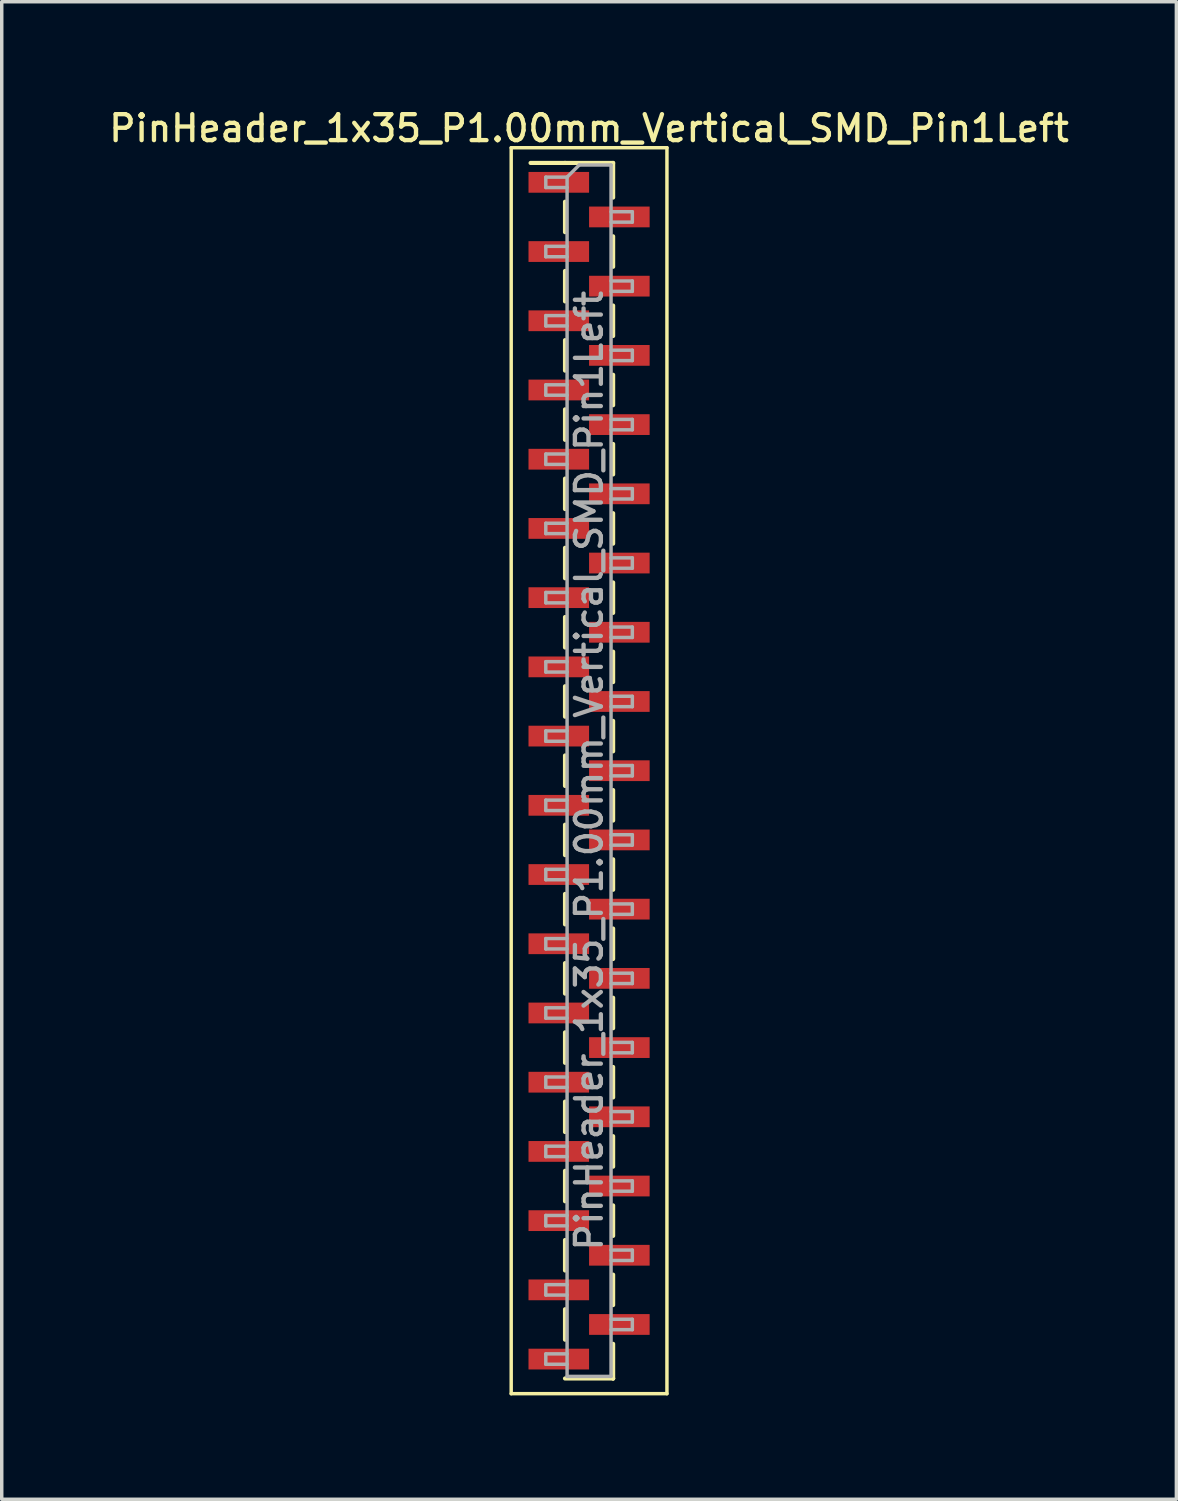
<source format=kicad_pcb>
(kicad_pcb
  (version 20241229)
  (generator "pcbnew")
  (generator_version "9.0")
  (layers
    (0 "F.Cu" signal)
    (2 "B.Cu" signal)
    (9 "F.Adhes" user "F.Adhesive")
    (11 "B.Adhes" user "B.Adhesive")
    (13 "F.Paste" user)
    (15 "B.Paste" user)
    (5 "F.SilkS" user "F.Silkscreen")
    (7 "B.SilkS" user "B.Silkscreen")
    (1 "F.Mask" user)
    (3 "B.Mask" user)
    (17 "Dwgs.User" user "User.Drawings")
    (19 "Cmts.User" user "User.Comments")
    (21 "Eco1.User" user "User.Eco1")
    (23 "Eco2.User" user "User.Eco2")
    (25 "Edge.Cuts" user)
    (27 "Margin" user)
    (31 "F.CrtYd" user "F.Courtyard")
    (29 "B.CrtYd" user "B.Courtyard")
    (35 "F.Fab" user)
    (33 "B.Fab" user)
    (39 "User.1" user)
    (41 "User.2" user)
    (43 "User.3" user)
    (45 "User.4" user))
  (footprint "PinHeader_1x35_P1.00mm_Vertical_SMD_Pin1Left"
    (layer "F.Cu")
    (at 13.97 19.218)
    (property "Reference" "PinHeader_1x35_P1.00mm_Vertical_SMD_Pin1Left" (at 0 -18.56 0) (layer "F.SilkS") (effects (font (size 0.75 0.75) (thickness 0.125))))
    (attr smd)
    (fp_line (start -2.25 -18) (end -2.25 18) (stroke (width 0.1) (type solid)) (layer "F.SilkS"))
    (fp_line (start -2.25 18) (end 2.25 18) (stroke (width 0.1) (type solid)) (layer "F.SilkS"))
    (fp_line (start -0.695 -17.56) (end -1.69 -17.56) (stroke (width 0.12) (type solid)) (layer "F.SilkS"))
    (fp_line (start -0.695 -17.56) (end -0.695 -17.56) (stroke (width 0.12) (type solid)) (layer "F.SilkS"))
    (fp_line (start -0.695 -17.56) (end 0.695 -17.56) (stroke (width 0.12) (type solid)) (layer "F.SilkS"))
    (fp_line (start -0.695 -16.44) (end -0.695 -15.56) (stroke (width 0.12) (type solid)) (layer "F.SilkS"))
    (fp_line (start -0.695 -14.44) (end -0.695 -13.56) (stroke (width 0.12) (type solid)) (layer "F.SilkS"))
    (fp_line (start -0.695 -12.44) (end -0.695 -11.56) (stroke (width 0.12) (type solid)) (layer "F.SilkS"))
    (fp_line (start -0.695 -10.44) (end -0.695 -9.56) (stroke (width 0.12) (type solid)) (layer "F.SilkS"))
    (fp_line (start -0.695 -8.44) (end -0.695 -7.56) (stroke (width 0.12) (type solid)) (layer "F.SilkS"))
    (fp_line (start -0.695 -6.44) (end -0.695 -5.56) (stroke (width 0.12) (type solid)) (layer "F.SilkS"))
    (fp_line (start -0.695 -4.44) (end -0.695 -3.56) (stroke (width 0.12) (type solid)) (layer "F.SilkS"))
    (fp_line (start -0.695 -2.44) (end -0.695 -1.56) (stroke (width 0.12) (type solid)) (layer "F.SilkS"))
    (fp_line (start -0.695 -0.44) (end -0.695 0.44) (stroke (width 0.12) (type solid)) (layer "F.SilkS"))
    (fp_line (start -0.695 1.56) (end -0.695 2.44) (stroke (width 0.12) (type solid)) (layer "F.SilkS"))
    (fp_line (start -0.695 3.56) (end -0.695 4.44) (stroke (width 0.12) (type solid)) (layer "F.SilkS"))
    (fp_line (start -0.695 5.56) (end -0.695 6.44) (stroke (width 0.12) (type solid)) (layer "F.SilkS"))
    (fp_line (start -0.695 7.56) (end -0.695 8.44) (stroke (width 0.12) (type solid)) (layer "F.SilkS"))
    (fp_line (start -0.695 9.56) (end -0.695 10.44) (stroke (width 0.12) (type solid)) (layer "F.SilkS"))
    (fp_line (start -0.695 11.56) (end -0.695 12.44) (stroke (width 0.12) (type solid)) (layer "F.SilkS"))
    (fp_line (start -0.695 13.56) (end -0.695 14.44) (stroke (width 0.12) (type solid)) (layer "F.SilkS"))
    (fp_line (start -0.695 15.56) (end -0.695 16.44) (stroke (width 0.12) (type solid)) (layer "F.SilkS"))
    (fp_line (start -0.695 17.56) (end 0.695 17.56) (stroke (width 0.12) (type solid)) (layer "F.SilkS"))
    (fp_line (start 0.695 -17.56) (end 0.695 -16.56) (stroke (width 0.12) (type solid)) (layer "F.SilkS"))
    (fp_line (start 0.695 -15.44) (end 0.695 -14.56) (stroke (width 0.12) (type solid)) (layer "F.SilkS"))
    (fp_line (start 0.695 -13.44) (end 0.695 -12.56) (stroke (width 0.12) (type solid)) (layer "F.SilkS"))
    (fp_line (start 0.695 -11.44) (end 0.695 -10.56) (stroke (width 0.12) (type solid)) (layer "F.SilkS"))
    (fp_line (start 0.695 -9.44) (end 0.695 -8.56) (stroke (width 0.12) (type solid)) (layer "F.SilkS"))
    (fp_line (start 0.695 -7.44) (end 0.695 -6.56) (stroke (width 0.12) (type solid)) (layer "F.SilkS"))
    (fp_line (start 0.695 -5.44) (end 0.695 -4.56) (stroke (width 0.12) (type solid)) (layer "F.SilkS"))
    (fp_line (start 0.695 -3.44) (end 0.695 -2.56) (stroke (width 0.12) (type solid)) (layer "F.SilkS"))
    (fp_line (start 0.695 -1.44) (end 0.695 -0.56) (stroke (width 0.12) (type solid)) (layer "F.SilkS"))
    (fp_line (start 0.695 0.56) (end 0.695 1.44) (stroke (width 0.12) (type solid)) (layer "F.SilkS"))
    (fp_line (start 0.695 2.56) (end 0.695 3.44) (stroke (width 0.12) (type solid)) (layer "F.SilkS"))
    (fp_line (start 0.695 4.56) (end 0.695 5.44) (stroke (width 0.12) (type solid)) (layer "F.SilkS"))
    (fp_line (start 0.695 6.56) (end 0.695 7.44) (stroke (width 0.12) (type solid)) (layer "F.SilkS"))
    (fp_line (start 0.695 8.56) (end 0.695 9.44) (stroke (width 0.12) (type solid)) (layer "F.SilkS"))
    (fp_line (start 0.695 10.56) (end 0.695 11.44) (stroke (width 0.12) (type solid)) (layer "F.SilkS"))
    (fp_line (start 0.695 12.56) (end 0.695 13.44) (stroke (width 0.12) (type solid)) (layer "F.SilkS"))
    (fp_line (start 0.695 14.56) (end 0.695 15.44) (stroke (width 0.12) (type solid)) (layer "F.SilkS"))
    (fp_line (start 0.695 16.56) (end 0.695 17.56) (stroke (width 0.12) (type solid)) (layer "F.SilkS"))
    (fp_line (start 0.695 17.56) (end 0.695 17.56) (stroke (width 0.12) (type solid)) (layer "F.SilkS"))
    (fp_line (start 2.25 -18) (end -2.25 -18) (stroke (width 0.1) (type solid)) (layer "F.SilkS"))
    (fp_line (start 2.25 18) (end 2.25 -18) (stroke (width 0.1) (type solid)) (layer "F.SilkS"))
    (fp_line (start -1.25 -17.15) (end -1.25 -16.85) (stroke (width 0.1) (type solid)) (layer "F.Fab"))
    (fp_line (start -1.25 -16.85) (end -0.635 -16.85) (stroke (width 0.1) (type solid)) (layer "F.Fab"))
    (fp_line (start -1.25 -15.15) (end -1.25 -14.85) (stroke (width 0.1) (type solid)) (layer "F.Fab"))
    (fp_line (start -1.25 -14.85) (end -0.635 -14.85) (stroke (width 0.1) (type solid)) (layer "F.Fab"))
    (fp_line (start -1.25 -13.15) (end -1.25 -12.85) (stroke (width 0.1) (type solid)) (layer "F.Fab"))
    (fp_line (start -1.25 -12.85) (end -0.635 -12.85) (stroke (width 0.1) (type solid)) (layer "F.Fab"))
    (fp_line (start -1.25 -11.15) (end -1.25 -10.85) (stroke (width 0.1) (type solid)) (layer "F.Fab"))
    (fp_line (start -1.25 -10.85) (end -0.635 -10.85) (stroke (width 0.1) (type solid)) (layer "F.Fab"))
    (fp_line (start -1.25 -9.15) (end -1.25 -8.85) (stroke (width 0.1) (type solid)) (layer "F.Fab"))
    (fp_line (start -1.25 -8.85) (end -0.635 -8.85) (stroke (width 0.1) (type solid)) (layer "F.Fab"))
    (fp_line (start -1.25 -7.15) (end -1.25 -6.85) (stroke (width 0.1) (type solid)) (layer "F.Fab"))
    (fp_line (start -1.25 -6.85) (end -0.635 -6.85) (stroke (width 0.1) (type solid)) (layer "F.Fab"))
    (fp_line (start -1.25 -5.15) (end -1.25 -4.85) (stroke (width 0.1) (type solid)) (layer "F.Fab"))
    (fp_line (start -1.25 -4.85) (end -0.635 -4.85) (stroke (width 0.1) (type solid)) (layer "F.Fab"))
    (fp_line (start -1.25 -3.15) (end -1.25 -2.85) (stroke (width 0.1) (type solid)) (layer "F.Fab"))
    (fp_line (start -1.25 -2.85) (end -0.635 -2.85) (stroke (width 0.1) (type solid)) (layer "F.Fab"))
    (fp_line (start -1.25 -1.15) (end -1.25 -0.85) (stroke (width 0.1) (type solid)) (layer "F.Fab"))
    (fp_line (start -1.25 -0.85) (end -0.635 -0.85) (stroke (width 0.1) (type solid)) (layer "F.Fab"))
    (fp_line (start -1.25 0.85) (end -1.25 1.15) (stroke (width 0.1) (type solid)) (layer "F.Fab"))
    (fp_line (start -1.25 1.15) (end -0.635 1.15) (stroke (width 0.1) (type solid)) (layer "F.Fab"))
    (fp_line (start -1.25 2.85) (end -1.25 3.15) (stroke (width 0.1) (type solid)) (layer "F.Fab"))
    (fp_line (start -1.25 3.15) (end -0.635 3.15) (stroke (width 0.1) (type solid)) (layer "F.Fab"))
    (fp_line (start -1.25 4.85) (end -1.25 5.15) (stroke (width 0.1) (type solid)) (layer "F.Fab"))
    (fp_line (start -1.25 5.15) (end -0.635 5.15) (stroke (width 0.1) (type solid)) (layer "F.Fab"))
    (fp_line (start -1.25 6.85) (end -1.25 7.15) (stroke (width 0.1) (type solid)) (layer "F.Fab"))
    (fp_line (start -1.25 7.15) (end -0.635 7.15) (stroke (width 0.1) (type solid)) (layer "F.Fab"))
    (fp_line (start -1.25 8.85) (end -1.25 9.15) (stroke (width 0.1) (type solid)) (layer "F.Fab"))
    (fp_line (start -1.25 9.15) (end -0.635 9.15) (stroke (width 0.1) (type solid)) (layer "F.Fab"))
    (fp_line (start -1.25 10.85) (end -1.25 11.15) (stroke (width 0.1) (type solid)) (layer "F.Fab"))
    (fp_line (start -1.25 11.15) (end -0.635 11.15) (stroke (width 0.1) (type solid)) (layer "F.Fab"))
    (fp_line (start -1.25 12.85) (end -1.25 13.15) (stroke (width 0.1) (type solid)) (layer "F.Fab"))
    (fp_line (start -1.25 13.15) (end -0.635 13.15) (stroke (width 0.1) (type solid)) (layer "F.Fab"))
    (fp_line (start -1.25 14.85) (end -1.25 15.15) (stroke (width 0.1) (type solid)) (layer "F.Fab"))
    (fp_line (start -1.25 15.15) (end -0.635 15.15) (stroke (width 0.1) (type solid)) (layer "F.Fab"))
    (fp_line (start -1.25 16.85) (end -1.25 17.15) (stroke (width 0.1) (type solid)) (layer "F.Fab"))
    (fp_line (start -1.25 17.15) (end -0.635 17.15) (stroke (width 0.1) (type solid)) (layer "F.Fab"))
    (fp_line (start -0.635 -17.15) (end -1.25 -17.15) (stroke (width 0.1) (type solid)) (layer "F.Fab"))
    (fp_line (start -0.635 -17.15) (end -0.285 -17.5) (stroke (width 0.1) (type solid)) (layer "F.Fab"))
    (fp_line (start -0.635 -15.15) (end -1.25 -15.15) (stroke (width 0.1) (type solid)) (layer "F.Fab"))
    (fp_line (start -0.635 -13.15) (end -1.25 -13.15) (stroke (width 0.1) (type solid)) (layer "F.Fab"))
    (fp_line (start -0.635 -11.15) (end -1.25 -11.15) (stroke (width 0.1) (type solid)) (layer "F.Fab"))
    (fp_line (start -0.635 -9.15) (end -1.25 -9.15) (stroke (width 0.1) (type solid)) (layer "F.Fab"))
    (fp_line (start -0.635 -7.15) (end -1.25 -7.15) (stroke (width 0.1) (type solid)) (layer "F.Fab"))
    (fp_line (start -0.635 -5.15) (end -1.25 -5.15) (stroke (width 0.1) (type solid)) (layer "F.Fab"))
    (fp_line (start -0.635 -3.15) (end -1.25 -3.15) (stroke (width 0.1) (type solid)) (layer "F.Fab"))
    (fp_line (start -0.635 -1.15) (end -1.25 -1.15) (stroke (width 0.1) (type solid)) (layer "F.Fab"))
    (fp_line (start -0.635 0.85) (end -1.25 0.85) (stroke (width 0.1) (type solid)) (layer "F.Fab"))
    (fp_line (start -0.635 2.85) (end -1.25 2.85) (stroke (width 0.1) (type solid)) (layer "F.Fab"))
    (fp_line (start -0.635 4.85) (end -1.25 4.85) (stroke (width 0.1) (type solid)) (layer "F.Fab"))
    (fp_line (start -0.635 6.85) (end -1.25 6.85) (stroke (width 0.1) (type solid)) (layer "F.Fab"))
    (fp_line (start -0.635 8.85) (end -1.25 8.85) (stroke (width 0.1) (type solid)) (layer "F.Fab"))
    (fp_line (start -0.635 10.85) (end -1.25 10.85) (stroke (width 0.1) (type solid)) (layer "F.Fab"))
    (fp_line (start -0.635 12.85) (end -1.25 12.85) (stroke (width 0.1) (type solid)) (layer "F.Fab"))
    (fp_line (start -0.635 14.85) (end -1.25 14.85) (stroke (width 0.1) (type solid)) (layer "F.Fab"))
    (fp_line (start -0.635 16.85) (end -1.25 16.85) (stroke (width 0.1) (type solid)) (layer "F.Fab"))
    (fp_line (start -0.635 17.5) (end -0.635 -17.15) (stroke (width 0.1) (type solid)) (layer "F.Fab"))
    (fp_line (start -0.285 -17.5) (end 0.635 -17.5) (stroke (width 0.1) (type solid)) (layer "F.Fab"))
    (fp_line (start 0.635 -17.5) (end 0.635 17.5) (stroke (width 0.1) (type solid)) (layer "F.Fab"))
    (fp_line (start 0.635 -16.15) (end 1.25 -16.15) (stroke (width 0.1) (type solid)) (layer "F.Fab"))
    (fp_line (start 0.635 -14.15) (end 1.25 -14.15) (stroke (width 0.1) (type solid)) (layer "F.Fab"))
    (fp_line (start 0.635 -12.15) (end 1.25 -12.15) (stroke (width 0.1) (type solid)) (layer "F.Fab"))
    (fp_line (start 0.635 -10.15) (end 1.25 -10.15) (stroke (width 0.1) (type solid)) (layer "F.Fab"))
    (fp_line (start 0.635 -8.15) (end 1.25 -8.15) (stroke (width 0.1) (type solid)) (layer "F.Fab"))
    (fp_line (start 0.635 -6.15) (end 1.25 -6.15) (stroke (width 0.1) (type solid)) (layer "F.Fab"))
    (fp_line (start 0.635 -4.15) (end 1.25 -4.15) (stroke (width 0.1) (type solid)) (layer "F.Fab"))
    (fp_line (start 0.635 -2.15) (end 1.25 -2.15) (stroke (width 0.1) (type solid)) (layer "F.Fab"))
    (fp_line (start 0.635 -0.15) (end 1.25 -0.15) (stroke (width 0.1) (type solid)) (layer "F.Fab"))
    (fp_line (start 0.635 1.85) (end 1.25 1.85) (stroke (width 0.1) (type solid)) (layer "F.Fab"))
    (fp_line (start 0.635 3.85) (end 1.25 3.85) (stroke (width 0.1) (type solid)) (layer "F.Fab"))
    (fp_line (start 0.635 5.85) (end 1.25 5.85) (stroke (width 0.1) (type solid)) (layer "F.Fab"))
    (fp_line (start 0.635 7.85) (end 1.25 7.85) (stroke (width 0.1) (type solid)) (layer "F.Fab"))
    (fp_line (start 0.635 9.85) (end 1.25 9.85) (stroke (width 0.1) (type solid)) (layer "F.Fab"))
    (fp_line (start 0.635 11.85) (end 1.25 11.85) (stroke (width 0.1) (type solid)) (layer "F.Fab"))
    (fp_line (start 0.635 13.85) (end 1.25 13.85) (stroke (width 0.1) (type solid)) (layer "F.Fab"))
    (fp_line (start 0.635 15.85) (end 1.25 15.85) (stroke (width 0.1) (type solid)) (layer "F.Fab"))
    (fp_line (start 0.635 17.5) (end -0.635 17.5) (stroke (width 0.1) (type solid)) (layer "F.Fab"))
    (fp_line (start 1.25 -16.15) (end 1.25 -15.85) (stroke (width 0.1) (type solid)) (layer "F.Fab"))
    (fp_line (start 1.25 -15.85) (end 0.635 -15.85) (stroke (width 0.1) (type solid)) (layer "F.Fab"))
    (fp_line (start 1.25 -14.15) (end 1.25 -13.85) (stroke (width 0.1) (type solid)) (layer "F.Fab"))
    (fp_line (start 1.25 -13.85) (end 0.635 -13.85) (stroke (width 0.1) (type solid)) (layer "F.Fab"))
    (fp_line (start 1.25 -12.15) (end 1.25 -11.85) (stroke (width 0.1) (type solid)) (layer "F.Fab"))
    (fp_line (start 1.25 -11.85) (end 0.635 -11.85) (stroke (width 0.1) (type solid)) (layer "F.Fab"))
    (fp_line (start 1.25 -10.15) (end 1.25 -9.85) (stroke (width 0.1) (type solid)) (layer "F.Fab"))
    (fp_line (start 1.25 -9.85) (end 0.635 -9.85) (stroke (width 0.1) (type solid)) (layer "F.Fab"))
    (fp_line (start 1.25 -8.15) (end 1.25 -7.85) (stroke (width 0.1) (type solid)) (layer "F.Fab"))
    (fp_line (start 1.25 -7.85) (end 0.635 -7.85) (stroke (width 0.1) (type solid)) (layer "F.Fab"))
    (fp_line (start 1.25 -6.15) (end 1.25 -5.85) (stroke (width 0.1) (type solid)) (layer "F.Fab"))
    (fp_line (start 1.25 -5.85) (end 0.635 -5.85) (stroke (width 0.1) (type solid)) (layer "F.Fab"))
    (fp_line (start 1.25 -4.15) (end 1.25 -3.85) (stroke (width 0.1) (type solid)) (layer "F.Fab"))
    (fp_line (start 1.25 -3.85) (end 0.635 -3.85) (stroke (width 0.1) (type solid)) (layer "F.Fab"))
    (fp_line (start 1.25 -2.15) (end 1.25 -1.85) (stroke (width 0.1) (type solid)) (layer "F.Fab"))
    (fp_line (start 1.25 -1.85) (end 0.635 -1.85) (stroke (width 0.1) (type solid)) (layer "F.Fab"))
    (fp_line (start 1.25 -0.15) (end 1.25 0.15) (stroke (width 0.1) (type solid)) (layer "F.Fab"))
    (fp_line (start 1.25 0.15) (end 0.635 0.15) (stroke (width 0.1) (type solid)) (layer "F.Fab"))
    (fp_line (start 1.25 1.85) (end 1.25 2.15) (stroke (width 0.1) (type solid)) (layer "F.Fab"))
    (fp_line (start 1.25 2.15) (end 0.635 2.15) (stroke (width 0.1) (type solid)) (layer "F.Fab"))
    (fp_line (start 1.25 3.85) (end 1.25 4.15) (stroke (width 0.1) (type solid)) (layer "F.Fab"))
    (fp_line (start 1.25 4.15) (end 0.635 4.15) (stroke (width 0.1) (type solid)) (layer "F.Fab"))
    (fp_line (start 1.25 5.85) (end 1.25 6.15) (stroke (width 0.1) (type solid)) (layer "F.Fab"))
    (fp_line (start 1.25 6.15) (end 0.635 6.15) (stroke (width 0.1) (type solid)) (layer "F.Fab"))
    (fp_line (start 1.25 7.85) (end 1.25 8.15) (stroke (width 0.1) (type solid)) (layer "F.Fab"))
    (fp_line (start 1.25 8.15) (end 0.635 8.15) (stroke (width 0.1) (type solid)) (layer "F.Fab"))
    (fp_line (start 1.25 9.85) (end 1.25 10.15) (stroke (width 0.1) (type solid)) (layer "F.Fab"))
    (fp_line (start 1.25 10.15) (end 0.635 10.15) (stroke (width 0.1) (type solid)) (layer "F.Fab"))
    (fp_line (start 1.25 11.85) (end 1.25 12.15) (stroke (width 0.1) (type solid)) (layer "F.Fab"))
    (fp_line (start 1.25 12.15) (end 0.635 12.15) (stroke (width 0.1) (type solid)) (layer "F.Fab"))
    (fp_line (start 1.25 13.85) (end 1.25 14.15) (stroke (width 0.1) (type solid)) (layer "F.Fab"))
    (fp_line (start 1.25 14.15) (end 0.635 14.15) (stroke (width 0.1) (type solid)) (layer "F.Fab"))
    (fp_line (start 1.25 15.85) (end 1.25 16.15) (stroke (width 0.1) (type solid)) (layer "F.Fab"))
    (fp_line (start 1.25 16.15) (end 0.635 16.15) (stroke (width 0.1) (type solid)) (layer "F.Fab"))
    (fp_text user "${REFERENCE}" (at 0 0 90) (layer "F.Fab") (effects (font (size 0.75 0.75) (thickness 0.125))))
    (pad "1" smd rect (at -0.875 -17) (size 1.75 0.6) (layers "F.Cu" "F.Mask" "F.Paste"))
    (pad "2" smd rect (at 0.875 -16) (size 1.75 0.6) (layers "F.Cu" "F.Mask" "F.Paste"))
    (pad "3" smd rect (at -0.875 -15) (size 1.75 0.6) (layers "F.Cu" "F.Mask" "F.Paste"))
    (pad "4" smd rect (at 0.875 -14) (size 1.75 0.6) (layers "F.Cu" "F.Mask" "F.Paste"))
    (pad "5" smd rect (at -0.875 -13) (size 1.75 0.6) (layers "F.Cu" "F.Mask" "F.Paste"))
    (pad "6" smd rect (at 0.875 -12) (size 1.75 0.6) (layers "F.Cu" "F.Mask" "F.Paste"))
    (pad "7" smd rect (at -0.875 -11) (size 1.75 0.6) (layers "F.Cu" "F.Mask" "F.Paste"))
    (pad "8" smd rect (at 0.875 -10) (size 1.75 0.6) (layers "F.Cu" "F.Mask" "F.Paste"))
    (pad "9" smd rect (at -0.875 -9) (size 1.75 0.6) (layers "F.Cu" "F.Mask" "F.Paste"))
    (pad "10" smd rect (at 0.875 -8) (size 1.75 0.6) (layers "F.Cu" "F.Mask" "F.Paste"))
    (pad "11" smd rect (at -0.875 -7) (size 1.75 0.6) (layers "F.Cu" "F.Mask" "F.Paste"))
    (pad "12" smd rect (at 0.875 -6) (size 1.75 0.6) (layers "F.Cu" "F.Mask" "F.Paste"))
    (pad "13" smd rect (at -0.875 -5) (size 1.75 0.6) (layers "F.Cu" "F.Mask" "F.Paste"))
    (pad "14" smd rect (at 0.875 -4) (size 1.75 0.6) (layers "F.Cu" "F.Mask" "F.Paste"))
    (pad "15" smd rect (at -0.875 -3) (size 1.75 0.6) (layers "F.Cu" "F.Mask" "F.Paste"))
    (pad "16" smd rect (at 0.875 -2) (size 1.75 0.6) (layers "F.Cu" "F.Mask" "F.Paste"))
    (pad "17" smd rect (at -0.875 -1) (size 1.75 0.6) (layers "F.Cu" "F.Mask" "F.Paste"))
    (pad "18" smd rect (at 0.875 0) (size 1.75 0.6) (layers "F.Cu" "F.Mask" "F.Paste"))
    (pad "19" smd rect (at -0.875 1) (size 1.75 0.6) (layers "F.Cu" "F.Mask" "F.Paste"))
    (pad "20" smd rect (at 0.875 2) (size 1.75 0.6) (layers "F.Cu" "F.Mask" "F.Paste"))
    (pad "21" smd rect (at -0.875 3) (size 1.75 0.6) (layers "F.Cu" "F.Mask" "F.Paste"))
    (pad "22" smd rect (at 0.875 4) (size 1.75 0.6) (layers "F.Cu" "F.Mask" "F.Paste"))
    (pad "23" smd rect (at -0.875 5) (size 1.75 0.6) (layers "F.Cu" "F.Mask" "F.Paste"))
    (pad "24" smd rect (at 0.875 6) (size 1.75 0.6) (layers "F.Cu" "F.Mask" "F.Paste"))
    (pad "25" smd rect (at -0.875 7) (size 1.75 0.6) (layers "F.Cu" "F.Mask" "F.Paste"))
    (pad "26" smd rect (at 0.875 8) (size 1.75 0.6) (layers "F.Cu" "F.Mask" "F.Paste"))
    (pad "27" smd rect (at -0.875 9) (size 1.75 0.6) (layers "F.Cu" "F.Mask" "F.Paste"))
    (pad "28" smd rect (at 0.875 10) (size 1.75 0.6) (layers "F.Cu" "F.Mask" "F.Paste"))
    (pad "29" smd rect (at -0.875 11) (size 1.75 0.6) (layers "F.Cu" "F.Mask" "F.Paste"))
    (pad "30" smd rect (at 0.875 12) (size 1.75 0.6) (layers "F.Cu" "F.Mask" "F.Paste"))
    (pad "31" smd rect (at -0.875 13) (size 1.75 0.6) (layers "F.Cu" "F.Mask" "F.Paste"))
    (pad "32" smd rect (at 0.875 14) (size 1.75 0.6) (layers "F.Cu" "F.Mask" "F.Paste"))
    (pad "33" smd rect (at -0.875 15) (size 1.75 0.6) (layers "F.Cu" "F.Mask" "F.Paste"))
    (pad "34" smd rect (at 0.875 16) (size 1.75 0.6) (layers "F.Cu" "F.Mask" "F.Paste"))
    (pad "35" smd rect (at -0.875 17) (size 1.75 0.6) (layers "F.Cu" "F.Mask" "F.Paste")))
  (gr_rect
    (start -3 -3)
    (end 30.939 40.268)
    (stroke (width 0.1) (type default))
    (fill no)
    (layer "Edge.Cuts")))
</source>
